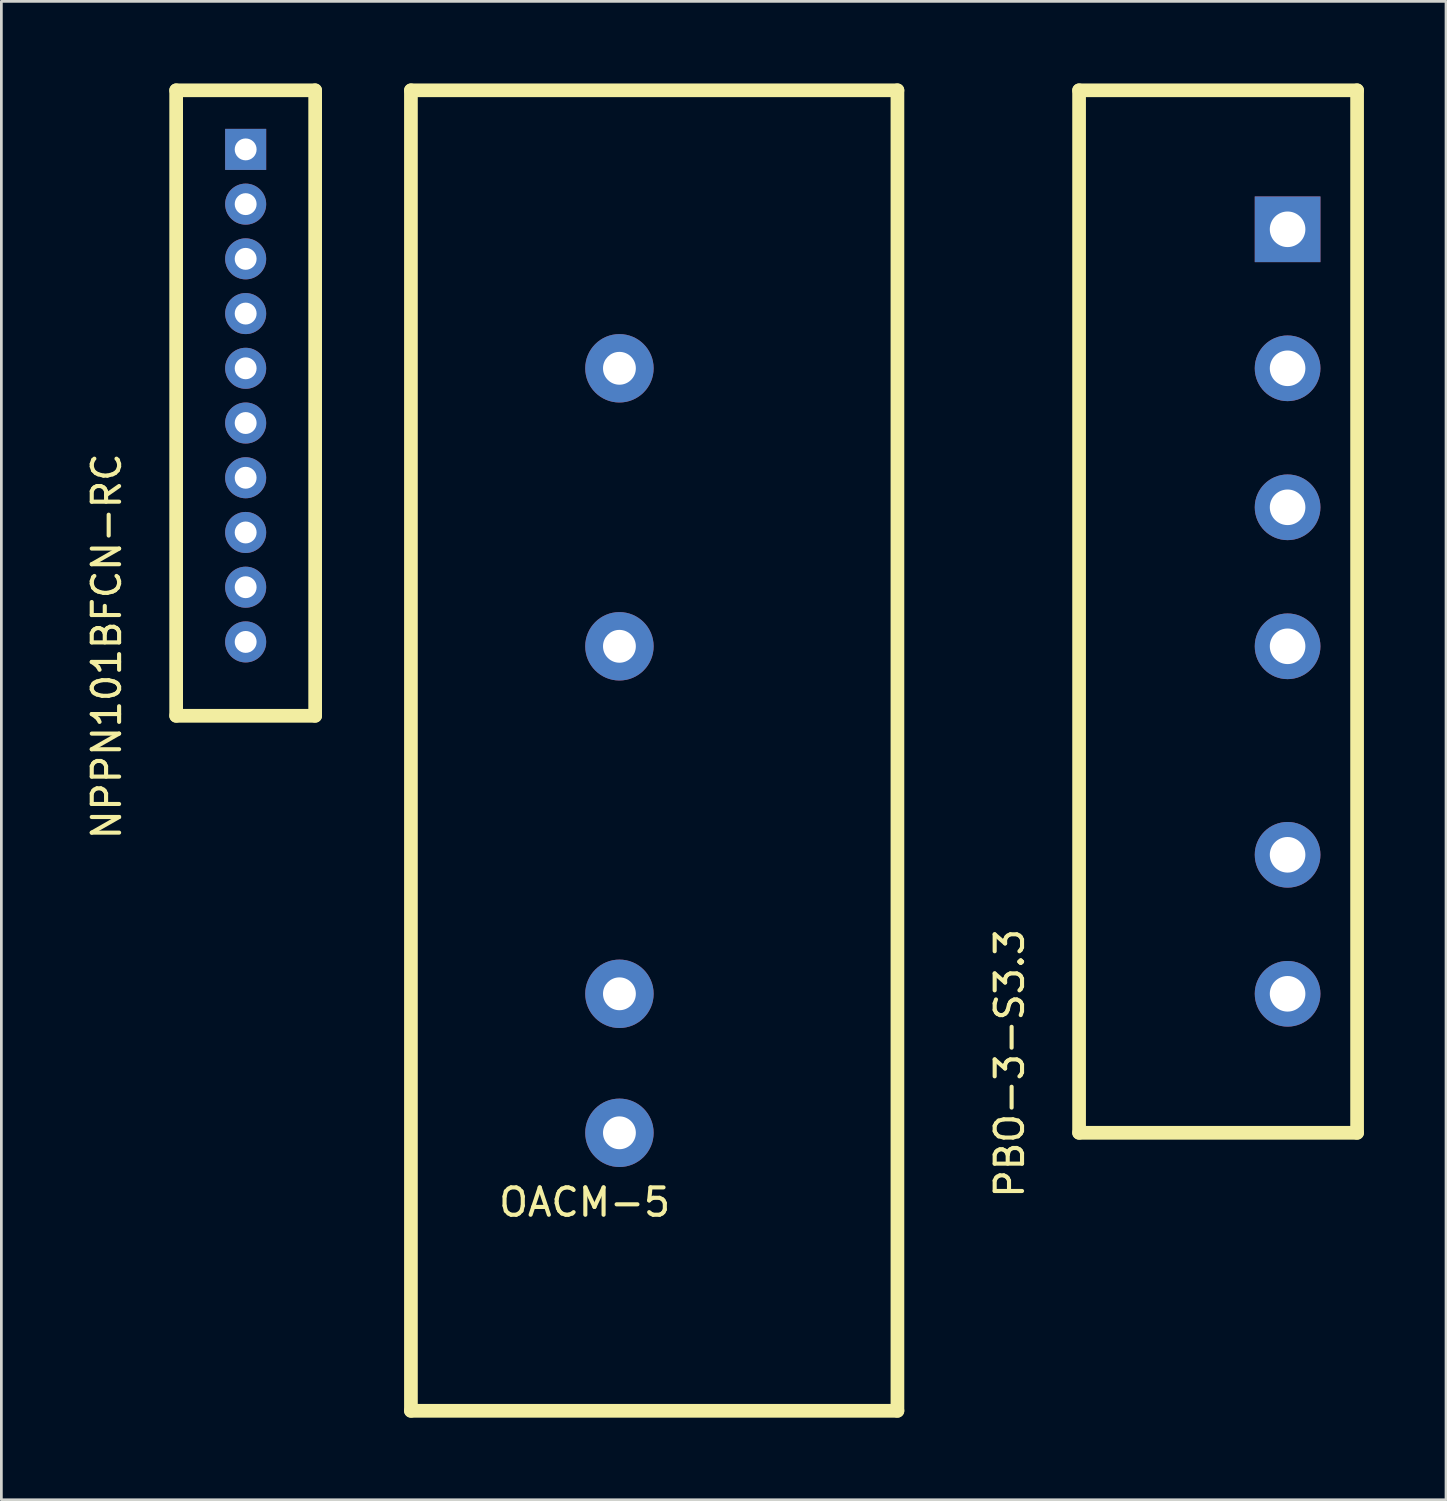
<source format=kicad_pcb>
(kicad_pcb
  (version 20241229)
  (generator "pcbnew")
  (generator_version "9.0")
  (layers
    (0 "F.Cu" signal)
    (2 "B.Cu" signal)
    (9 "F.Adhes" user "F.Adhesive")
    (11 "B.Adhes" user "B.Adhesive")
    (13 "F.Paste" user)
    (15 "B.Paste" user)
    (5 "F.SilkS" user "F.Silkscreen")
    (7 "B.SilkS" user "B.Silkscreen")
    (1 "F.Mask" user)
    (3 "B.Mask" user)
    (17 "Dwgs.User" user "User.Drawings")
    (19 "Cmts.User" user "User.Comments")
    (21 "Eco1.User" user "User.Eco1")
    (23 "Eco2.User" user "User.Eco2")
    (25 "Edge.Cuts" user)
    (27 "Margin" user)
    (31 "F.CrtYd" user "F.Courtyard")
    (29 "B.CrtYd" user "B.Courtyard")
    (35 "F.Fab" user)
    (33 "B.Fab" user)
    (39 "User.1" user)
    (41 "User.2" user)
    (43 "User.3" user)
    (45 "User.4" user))
  (footprint "OACM-5"
    (layer "F.Cu")
    (at 19.588 38.35)
    (property "Reference" "OACM-5" (at -1.27 2.54 0) (layer "F.SilkS") (effects (font (size 1 1) (thickness 0.15))))
    (attr through_hole)
    (fp_line (start -7.62 -38.1) (end -7.62 10.16) (stroke (width 0.5) (type solid)) (layer "F.SilkS"))
    (fp_line (start -7.62 -38.1) (end 10.16 -38.1) (stroke (width 0.5) (type solid)) (layer "F.SilkS"))
    (fp_line (start 10.16 10.16) (end -7.62 10.16) (stroke (width 0.5) (type solid)) (layer "F.SilkS"))
    (fp_line (start 10.16 10.16) (end 10.16 -38.1) (stroke (width 0.5) (type solid)) (layer "F.SilkS"))
    (pad "1" thru_hole circle (at 0 -27.94) (size 2.5 2.5) (drill 1.2) (layers "*.Cu" "*.Mask"))
    (pad "2" thru_hole circle (at 0 -17.78) (size 2.5 2.5) (drill 1.2) (layers "*.Cu" "*.Mask"))
    (pad "3" thru_hole circle (at 0 -5.08) (size 2.5 2.5) (drill 1.2) (layers "*.Cu" "*.Mask"))
    (pad "4" thru_hole circle (at 0 0) (size 2.5 2.5) (drill 1.2) (layers "*.Cu" "*.Mask")))
  (footprint "NPPN101BFCN-RC"
    (layer "F.Cu")
    (at 5.928 10.41)
    (property "Reference" "NPPN101BFCN-RC" (at -5.08 10.16 90) (layer "F.SilkS") (effects (font (size 1 1) (thickness 0.15))))
    (attr through_hole)
    (fp_line (start -2.54 -10.16) (end 2.54 -10.16) (stroke (width 0.5) (type solid)) (layer "F.SilkS"))
    (fp_line (start -2.54 12.7) (end -2.54 -10.16) (stroke (width 0.5) (type solid)) (layer "F.SilkS"))
    (fp_line (start 2.54 -10.16) (end 2.54 12.7) (stroke (width 0.5) (type solid)) (layer "F.SilkS"))
    (fp_line (start 2.54 12.7) (end -2.54 12.7) (stroke (width 0.5) (type solid)) (layer "F.SilkS"))
    (pad "1" thru_hole rect (at 0 -8) (size 1.5 1.5) (drill 0.8) (layers "*.Cu" "*.Mask"))
    (pad "2" thru_hole circle (at 0 -6) (size 1.5 1.5) (drill 0.8) (layers "*.Cu" "*.Mask"))
    (pad "3" thru_hole circle (at 0 -4) (size 1.5 1.5) (drill 0.8) (layers "*.Cu" "*.Mask"))
    (pad "4" thru_hole circle (at 0 -2) (size 1.5 1.5) (drill 0.8) (layers "*.Cu" "*.Mask"))
    (pad "5" thru_hole circle (at 0 0) (size 1.5 1.5) (drill 0.8) (layers "*.Cu" "*.Mask"))
    (pad "6" thru_hole circle (at 0 2) (size 1.5 1.5) (drill 0.8) (layers "*.Cu" "*.Mask"))
    (pad "7" thru_hole circle (at 0 4) (size 1.5 1.5) (drill 0.8) (layers "*.Cu" "*.Mask"))
    (pad "8" thru_hole circle (at 0 6) (size 1.5 1.5) (drill 0.8) (layers "*.Cu" "*.Mask"))
    (pad "9" thru_hole circle (at 0 8) (size 1.5 1.5) (drill 0.8) (layers "*.Cu" "*.Mask"))
    (pad "10" thru_hole circle (at 0 10) (size 1.5 1.5) (drill 0.8) (layers "*.Cu" "*.Mask")))
  (footprint "PBO-3-S3.3"
    (layer "F.Cu")
    (at 44.007 35.81)
    (property "Reference" "PBO-3-S3.3" (at -10.16 0 90) (layer "F.SilkS") (effects (font (size 1 1) (thickness 0.15))))
    (attr through_hole)
    (fp_line (start -7.62 -35.56) (end 2.54 -35.56) (stroke (width 0.5) (type solid)) (layer "F.SilkS"))
    (fp_line (start -7.62 2.54) (end -7.62 -35.56) (stroke (width 0.5) (type solid)) (layer "F.SilkS"))
    (fp_line (start 2.54 -35.56) (end 2.54 2.54) (stroke (width 0.5) (type solid)) (layer "F.SilkS"))
    (fp_line (start 2.54 2.54) (end -7.62 2.54) (stroke (width 0.5) (type solid)) (layer "F.SilkS"))
    (pad "1" thru_hole rect (at 0 -30.48) (size 2.4 2.4) (drill 1.3) (layers "*.Cu" "*.Mask"))
    (pad "3" thru_hole circle (at 0 -25.4) (size 2.4 2.4) (drill 1.3) (layers "*.Cu" "*.Mask"))
    (pad "5" thru_hole circle (at 0 -20.32) (size 2.4 2.4) (drill 1.3) (layers "*.Cu" "*.Mask"))
    (pad "7" thru_hole circle (at 0 -15.24) (size 2.4 2.4) (drill 1.3) (layers "*.Cu" "*.Mask"))
    (pad "10" thru_hole circle (at 0 -7.62) (size 2.4 2.4) (drill 1.3) (layers "*.Cu" "*.Mask"))
    (pad "12" thru_hole circle (at 0 -2.54) (size 2.4 2.4) (drill 1.3) (layers "*.Cu" "*.Mask")))
  (gr_rect
    (start -3 -3)
    (end 49.797 51.76)
    (stroke (width 0.1) (type default))
    (fill no)
    (layer "Edge.Cuts")))
</source>
